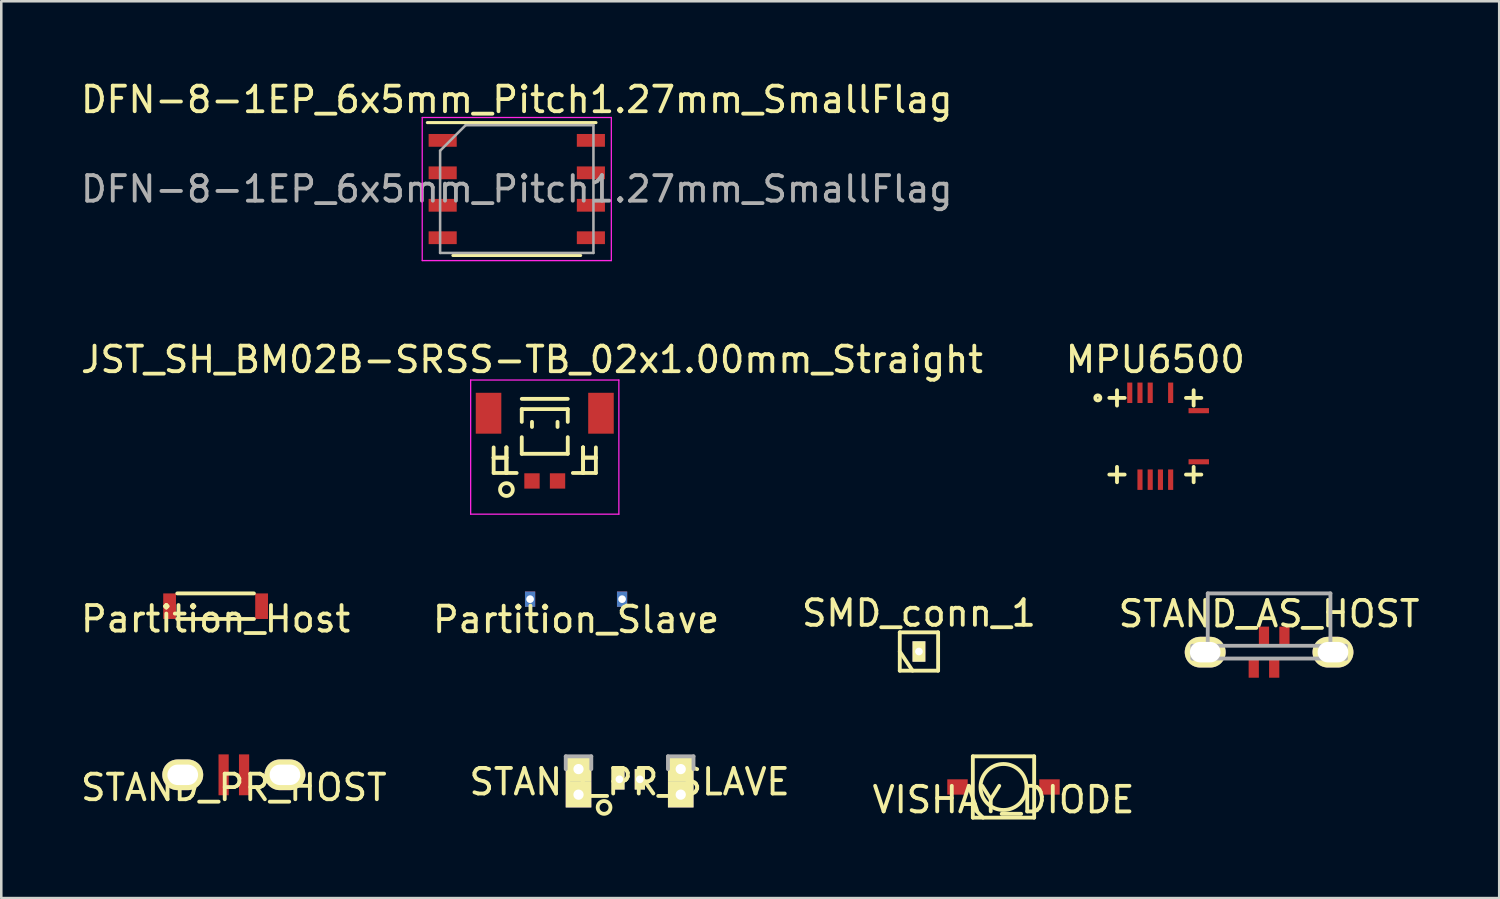
<source format=kicad_pcb>
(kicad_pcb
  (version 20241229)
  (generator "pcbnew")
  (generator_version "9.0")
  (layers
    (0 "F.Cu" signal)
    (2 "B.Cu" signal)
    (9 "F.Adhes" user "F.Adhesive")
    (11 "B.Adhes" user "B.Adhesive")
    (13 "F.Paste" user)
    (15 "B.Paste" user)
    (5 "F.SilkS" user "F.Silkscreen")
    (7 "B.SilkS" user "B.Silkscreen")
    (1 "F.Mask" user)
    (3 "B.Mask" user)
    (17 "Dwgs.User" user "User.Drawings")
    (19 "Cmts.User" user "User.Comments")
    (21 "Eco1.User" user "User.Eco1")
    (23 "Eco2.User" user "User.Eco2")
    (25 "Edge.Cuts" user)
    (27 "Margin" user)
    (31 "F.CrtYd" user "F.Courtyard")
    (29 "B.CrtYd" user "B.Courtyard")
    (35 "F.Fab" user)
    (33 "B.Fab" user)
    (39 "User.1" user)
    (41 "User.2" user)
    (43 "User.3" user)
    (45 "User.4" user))
  (footprint "MPU6500"
    (layer "F.Cu")
    (at 42.161 14.021)
    (property "Reference" "MPU6500" (at 0 -3 0) (layer "F.SilkS") (effects (font (size 1 1) (thickness 0.15))))
    (attr smd)
    (fp_line (start -1.5 -1.5) (end -1.8 -1.5) (stroke (width 0.15) (type solid)) (layer "F.SilkS"))
    (fp_line (start -1.5 -1.5) (end -1.5 -1.8) (stroke (width 0.15) (type solid)) (layer "F.SilkS"))
    (fp_line (start -1.5 -1.5) (end -1.5 -1.2) (stroke (width 0.15) (type solid)) (layer "F.SilkS"))
    (fp_line (start -1.5 1.2) (end -1.5 1.8) (stroke (width 0.15) (type solid)) (layer "F.SilkS"))
    (fp_line (start -1.2 -1.5) (end -1.5 -1.5) (stroke (width 0.15) (type solid)) (layer "F.SilkS"))
    (fp_line (start -1.2 1.5) (end -1.8 1.5) (stroke (width 0.15) (type solid)) (layer "F.SilkS"))
    (fp_line (start 1.2 -1.5) (end 1.8 -1.5) (stroke (width 0.15) (type solid)) (layer "F.SilkS"))
    (fp_line (start 1.2 1.5) (end 1.8 1.5) (stroke (width 0.15) (type solid)) (layer "F.SilkS"))
    (fp_line (start 1.5 -1.2) (end 1.5 -1.8) (stroke (width 0.15) (type solid)) (layer "F.SilkS"))
    (fp_line (start 1.5 1.2) (end 1.5 1.8) (stroke (width 0.15) (type solid)) (layer "F.SilkS"))
    (fp_circle (center -2.25 -1.5) (end -2.15 -1.5) (stroke (width 0.15) (type solid)) (fill no) (layer "F.SilkS"))
    (pad "8" smd rect (at -0.6 1.7) (size 0.2 0.8) (layers "F.Cu" "F.Mask" "F.Paste"))
    (pad "9" smd rect (at -0.2 1.7) (size 0.2 0.8) (layers "F.Cu" "F.Mask" "F.Paste"))
    (pad "10" smd rect (at 0.2 1.7) (size 0.2 0.8) (layers "F.Cu" "F.Mask" "F.Paste"))
    (pad "11" smd rect (at 0.6 1.7) (size 0.2 0.8) (layers "F.Cu" "F.Mask" "F.Paste"))
    (pad "13" smd rect (at 1.7 1) (size 0.8 0.2) (layers "F.Cu" "F.Mask" "F.Paste"))
    (pad "18" smd rect (at 1.7 -1) (size 0.8 0.2) (layers "F.Cu" "F.Mask" "F.Paste"))
    (pad "20" smd rect (at 0.6 -1.7) (size 0.2 0.8) (layers "F.Cu" "F.Mask" "F.Paste"))
    (pad "22" smd rect (at -0.2 -1.7) (size 0.2 0.8) (layers "F.Cu" "F.Mask" "F.Paste"))
    (pad "23" smd rect (at -0.6 -1.7) (size 0.2 0.8) (layers "F.Cu" "F.Mask" "F.Paste"))
    (pad "24" smd rect (at -1 -1.7) (size 0.2 0.8) (layers "F.Cu" "F.Mask" "F.Paste")))
  (footprint "SMD_conn_1"
    (layer "F.Cu")
    (at 32.911 22.445)
    (property "Reference" "SMD_conn_1" (at 0 -1.5 0) (layer "F.SilkS") (effects (font (size 1 1) (thickness 0.15))))
    (attr through_hole)
    (fp_line (start -0.75 -0.75) (end -0.75 0.75) (stroke (width 0.15) (type solid)) (layer "F.SilkS"))
    (fp_line (start -0.75 0) (end -0.25 0.75) (stroke (width 0.15) (type solid)) (layer "F.SilkS"))
    (fp_line (start -0.75 0.75) (end 0.75 0.75) (stroke (width 0.15) (type solid)) (layer "F.SilkS"))
    (fp_line (start 0.75 -0.75) (end -0.75 -0.75) (stroke (width 0.15) (type solid)) (layer "F.SilkS"))
    (fp_line (start 0.75 0.75) (end 0.75 -0.75) (stroke (width 0.15) (type solid)) (layer "F.SilkS"))
    (pad "1" thru_hole rect (at 0 0) (size 0.5 0.8) (drill 0.3) (layers "*.Cu" "*.Mask" "F.SilkS")))
  (footprint "Partition_Host"
    (layer "F.Cu")
    (at 5.387 20.672)
    (property "Reference" "Partition_Host" (at 0 0.5 0) (layer "F.SilkS") (effects (font (size 1 1) (thickness 0.15))))
    (attr through_hole)
    (fp_line (start -1.5 0.5) (end 1.5 0.5) (stroke (width 0.15) (type solid)) (layer "F.SilkS"))
    (fp_line (start 1.5 -0.5) (end -1.5 -0.5) (stroke (width 0.15) (type solid)) (layer "F.SilkS"))
    (pad "1" smd rect (at -1.8 0) (size 0.5 1) (layers "F.Cu" "F.Mask" "F.Paste"))
    (pad "2" smd rect (at 1.8 0) (size 0.5 1) (layers "F.Cu" "F.Mask" "F.Paste")))
  (footprint "VISHAY_DIODE"
    (layer "F.Cu")
    (at 36.22 27.747)
    (property "Reference" "VISHAY_DIODE" (at 0 0.5 0) (layer "F.SilkS") (effects (font (size 1 1) (thickness 0.15))))
    (attr through_hole)
    (fp_line (start -1.2 -1.2) (end -1.2 1.2) (stroke (width 0.15) (type solid)) (layer "F.SilkS"))
    (fp_line (start -1.2 1.2) (end 1.2 1.2) (stroke (width 0.15) (type solid)) (layer "F.SilkS"))
    (fp_line (start -0.8 1.2) (end -1.2 0.8) (stroke (width 0.15) (type solid)) (layer "F.SilkS"))
    (fp_line (start 1.2 -1.2) (end -1.2 -1.2) (stroke (width 0.15) (type solid)) (layer "F.SilkS"))
    (fp_line (start 1.2 1.2) (end 1.2 -1.2) (stroke (width 0.15) (type solid)) (layer "F.SilkS"))
    (fp_circle (center 0 0) (end 0.9 0) (stroke (width 0.15) (type solid)) (fill no) (layer "F.SilkS"))
    (pad "1" smd rect (at -1.8 0) (size 0.8 0.6) (layers "F.Cu" "F.Mask" "F.Paste"))
    (pad "2" smd rect (at 1.8 0) (size 0.8 0.6) (layers "F.Cu" "F.Mask" "F.Paste")))
  (footprint "STAND_AS_HOST"
    (layer "F.Cu")
    (at 46.613 22.471)
    (property "Reference" "STAND_AS_HOST" (at 0 -1.5 0) (layer "F.SilkS") (effects (font (size 1 1) (thickness 0.15))))
    (attr through_hole)
    (fp_line (start -3 -0.25) (end -3 0.25) (stroke (width 0.15) (type solid)) (layer "F.Fab"))
    (fp_line (start -3 0.25) (end 3 0.25) (stroke (width 0.15) (type solid)) (layer "F.Fab"))
    (fp_line (start -2.4 -0.3) (end -2.4 -2.3) (stroke (width 0.15) (type solid)) (layer "F.Fab"))
    (fp_line (start 2.4 -2.3) (end -2.4 -2.3) (stroke (width 0.15) (type solid)) (layer "F.Fab"))
    (fp_line (start 2.4 -0.3) (end 2.4 -2.3) (stroke (width 0.15) (type solid)) (layer "F.Fab"))
    (fp_line (start 3 -0.25) (end -3 -0.25) (stroke (width 0.15) (type solid)) (layer "F.Fab"))
    (fp_line (start 3 0.25) (end 3 -0.25) (stroke (width 0.15) (type solid)) (layer "F.Fab"))
    (pad "1" thru_hole oval (at -2.5 0) (size 1.6 1.2) (drill oval 1.2 0.8) (layers "*.Cu" "*.Mask" "F.SilkS"))
    (pad "2" smd rect (at -0.6 0.6) (size 0.4 0.8) (layers "F.Cu" "F.Mask" "F.Paste"))
    (pad "3" smd rect (at -0.2 -0.6) (size 0.4 0.8) (layers "F.Cu" "F.Mask" "F.Paste"))
    (pad "4" smd rect (at 0.2 0.6) (size 0.4 0.8) (layers "F.Cu" "F.Mask" "F.Paste"))
    (pad "5" smd rect (at 0.6 -0.6) (size 0.4 0.8) (layers "F.Cu" "F.Mask" "F.Paste"))
    (pad "6" thru_hole oval (at 2.5 0) (size 1.6 1.2) (drill oval 1.2 0.8) (layers "*.Cu" "*.Mask" "F.SilkS")))
  (footprint "JST_SH_BM02B-SRSS-TB_02x1.00mm_Straight"
    (layer "F.Cu")
    (at 18.268 14.521)
    (property "Reference" "JST_SH_BM02B-SRSS-TB_02x1.00mm_Straight" (at -0.5 -3.5 0) (layer "F.SilkS") (effects (font (size 1 1) (thickness 0.15))))
    (attr smd)
    (fp_line (start -2 -0.062) (end -2 0.938) (stroke (width 0.15) (type solid)) (layer "F.SilkS"))
    (fp_line (start -2 0.338) (end -2 0.338) (stroke (width 0.15) (type solid)) (layer "F.SilkS"))
    (fp_line (start -2 0.338) (end -1.5 0.338) (stroke (width 0.15) (type solid)) (layer "F.SilkS"))
    (fp_line (start -2 0.938) (end -1.1 0.938) (stroke (width 0.15) (type solid)) (layer "F.SilkS"))
    (fp_line (start -1.5 -0.062) (end -1.5 -0.062) (stroke (width 0.15) (type solid)) (layer "F.SilkS"))
    (fp_line (start -1.5 -0.062) (end -1.5 0.938) (stroke (width 0.15) (type solid)) (layer "F.SilkS"))
    (fp_line (start -1.5 0.338) (end -2 0.338) (stroke (width 0.15) (type solid)) (layer "F.SilkS"))
    (fp_line (start -1.5 0.338) (end -1.5 0.338) (stroke (width 0.15) (type solid)) (layer "F.SilkS"))
    (fp_line (start -1.5 0.938) (end -1.5 -0.062) (stroke (width 0.15) (type solid)) (layer "F.SilkS"))
    (fp_line (start -1.5 0.938) (end -1.5 0.938) (stroke (width 0.15) (type solid)) (layer "F.SilkS"))
    (fp_line (start -0.9 -1.962) (end 0.9 -1.962) (stroke (width 0.15) (type solid)) (layer "F.SilkS"))
    (fp_line (start -0.9 -1.562) (end 0.9 -1.562) (stroke (width 0.15) (type solid)) (layer "F.SilkS"))
    (fp_line (start -0.9 -1.062) (end -0.9 -1.562) (stroke (width 0.15) (type solid)) (layer "F.SilkS"))
    (fp_line (start -0.9 -0.463) (end -0.9 0.188) (stroke (width 0.15) (type solid)) (layer "F.SilkS"))
    (fp_line (start -0.9 0.188) (end 0.9 0.188) (stroke (width 0.15) (type solid)) (layer "F.SilkS"))
    (fp_line (start -0.5 -1.062) (end -0.5 -0.863) (stroke (width 0.15) (type solid)) (layer "F.SilkS"))
    (fp_line (start 0.5 -1.062) (end 0.5 -0.863) (stroke (width 0.15) (type solid)) (layer "F.SilkS"))
    (fp_line (start 0.9 -1.562) (end 0.9 -1.062) (stroke (width 0.15) (type solid)) (layer "F.SilkS"))
    (fp_line (start 0.9 0.188) (end 0.9 -0.463) (stroke (width 0.15) (type solid)) (layer "F.SilkS"))
    (fp_line (start 1.5 -0.062) (end 1.5 -0.062) (stroke (width 0.15) (type solid)) (layer "F.SilkS"))
    (fp_line (start 1.5 -0.062) (end 1.5 0.938) (stroke (width 0.15) (type solid)) (layer "F.SilkS"))
    (fp_line (start 1.5 0.338) (end 1.5 0.338) (stroke (width 0.15) (type solid)) (layer "F.SilkS"))
    (fp_line (start 1.5 0.338) (end 2 0.338) (stroke (width 0.15) (type solid)) (layer "F.SilkS"))
    (fp_line (start 1.5 0.938) (end 1.5 -0.062) (stroke (width 0.15) (type solid)) (layer "F.SilkS"))
    (fp_line (start 1.5 0.938) (end 1.5 0.938) (stroke (width 0.15) (type solid)) (layer "F.SilkS"))
    (fp_line (start 2 -0.062) (end 2 0.938) (stroke (width 0.15) (type solid)) (layer "F.SilkS"))
    (fp_line (start 2 0.338) (end 1.5 0.338) (stroke (width 0.15) (type solid)) (layer "F.SilkS"))
    (fp_line (start 2 0.338) (end 2 0.338) (stroke (width 0.15) (type solid)) (layer "F.SilkS"))
    (fp_line (start 2 0.938) (end 1.1 0.938) (stroke (width 0.15) (type solid)) (layer "F.SilkS"))
    (fp_circle (center -1.5 1.587) (end -1.25 1.587) (stroke (width 0.15) (type solid)) (fill no) (layer "F.SilkS"))
    (fp_line (start -2.9 -2.7) (end 2.9 -2.7) (stroke (width 0.05) (type solid)) (layer "F.CrtYd"))
    (fp_line (start -2.9 2.55) (end -2.9 -2.7) (stroke (width 0.05) (type solid)) (layer "F.CrtYd"))
    (fp_line (start 2.9 -2.7) (end 2.9 2.55) (stroke (width 0.05) (type solid)) (layer "F.CrtYd"))
    (fp_line (start 2.9 2.55) (end -2.9 2.55) (stroke (width 0.05) (type solid)) (layer "F.CrtYd"))
    (pad "" smd rect (at -2.2 -1.4) (size 1 1.6) (layers "F.Cu" "F.Mask" "F.Paste"))
    (pad "" smd rect (at 2.2 -1.4) (size 1 1.6) (layers "F.Cu" "F.Mask" "F.Paste"))
    (pad "1" smd rect (at -0.5 1.25) (size 0.6 0.6) (layers "F.Cu" "F.Mask" "F.Paste"))
    (pad "2" smd rect (at 0.5 1.25) (size 0.6 0.6) (layers "F.Cu" "F.Mask" "F.Paste")))
  (footprint "STAND_PR_SLAVE"
    (layer "F.Cu")
    (at 21.589 27.047)
    (property "Reference" "STAND_PR_SLAVE" (at 0 0.5 0) (layer "F.SilkS") (effects (font (size 1 1) (thickness 0.15))))
    (attr through_hole)
    (fp_circle (center -1 1.5) (end -0.75 1.5) (stroke (width 0.15) (type solid)) (fill no) (layer "F.SilkS"))
    (fp_line (start -2.5 -0.5) (end -1.5 -0.5) (stroke (width 0.15) (type solid)) (layer "F.Fab"))
    (fp_line (start -2.5 0) (end -2.5 -0.5) (stroke (width 0.15) (type solid)) (layer "F.Fab"))
    (fp_line (start -1.5 -0.5) (end -1.5 0) (stroke (width 0.15) (type solid)) (layer "F.Fab"))
    (fp_line (start 1.5 -0.5) (end 2.5 -0.5) (stroke (width 0.15) (type solid)) (layer "F.Fab"))
    (fp_line (start 1.5 0) (end 1.5 -0.5) (stroke (width 0.15) (type solid)) (layer "F.Fab"))
    (fp_line (start 2.5 -0.5) (end 2.5 0) (stroke (width 0.15) (type solid)) (layer "F.Fab"))
    (pad "1" thru_hole rect (at -2 0) (size 1 1) (drill 0.4) (layers "*.Cu" "*.Mask" "F.SilkS"))
    (pad "1" thru_hole rect (at -2 1) (size 1 1) (drill 0.4) (layers "*.Cu" "*.Mask" "F.SilkS"))
    (pad "2" thru_hole rect (at -0.4 0.4) (size 0.4 0.8) (drill 0.3) (layers "*.Cu" "*.Mask" "F.SilkS"))
    (pad "3" thru_hole rect (at 0.4 0.4) (size 0.4 0.8) (drill 0.3) (layers "*.Cu" "*.Mask" "F.SilkS"))
    (pad "4" thru_hole rect (at 2 0) (size 1 1) (drill 0.4) (layers "*.Cu" "*.Mask" "F.SilkS"))
    (pad "4" thru_hole rect (at 2 1) (size 1 1) (drill 0.4) (layers "*.Cu" "*.Mask" "F.SilkS")))
  (footprint "STAND_PR_HOST"
    (layer "F.Cu")
    (at 6.101 27.271)
    (property "Reference" "STAND_PR_HOST" (at 0 0.5 0) (layer "F.SilkS") (effects (font (size 1 1) (thickness 0.15))))
    (attr through_hole)
    (pad "1" thru_hole oval (at -2 0) (size 1.6 1.2) (drill oval 1.2 0.8) (layers "*.Cu" "*.Mask" "F.SilkS"))
    (pad "2" smd rect (at -0.4 0) (size 0.4 1.6) (layers "F.Cu" "F.Mask" "F.Paste"))
    (pad "3" smd rect (at 0.4 0) (size 0.4 1.6) (layers "F.Cu" "F.Mask" "F.Paste"))
    (pad "4" thru_hole oval (at 2 0) (size 1.6 1.2) (drill oval 1.2 0.8) (layers "*.Cu" "*.Mask" "F.SilkS")))
  (footprint "DFN-8-1EP_6x5mm_Pitch1.27mm_SmallFlag"
    (layer "F.Cu")
    (at 17.173 4.348)
    (property "Reference" "DFN-8-1EP_6x5mm_Pitch1.27mm_SmallFlag" (at 0 -3.5 0) (layer "F.SilkS") (effects (font (size 1 1) (thickness 0.15))))
    (attr smd)
    (fp_line (start -3.5 -2.6) (end 3.1 -2.6) (stroke (width 0.12) (type solid)) (layer "F.SilkS"))
    (fp_line (start -2.5 2.6) (end 2.5 2.6) (stroke (width 0.12) (type solid)) (layer "F.SilkS"))
    (fp_line (start -3.7 -2.8) (end 3.7 -2.8) (stroke (width 0.05) (type solid)) (layer "F.CrtYd"))
    (fp_line (start -3.7 2.8) (end -3.7 -2.8) (stroke (width 0.05) (type solid)) (layer "F.CrtYd"))
    (fp_line (start 3.7 -2.8) (end 3.7 2.8) (stroke (width 0.05) (type solid)) (layer "F.CrtYd"))
    (fp_line (start 3.7 2.8) (end -3.7 2.8) (stroke (width 0.05) (type solid)) (layer "F.CrtYd"))
    (fp_line (start -3 2.5) (end -3 -1.5) (stroke (width 0.1) (type solid)) (layer "F.Fab"))
    (fp_line (start -2 -2.5) (end -3 -1.5) (stroke (width 0.1) (type solid)) (layer "F.Fab"))
    (fp_line (start -2 -2.5) (end 3 -2.5) (stroke (width 0.1) (type solid)) (layer "F.Fab"))
    (fp_line (start 3 -2.5) (end 3 2.5) (stroke (width 0.1) (type solid)) (layer "F.Fab"))
    (fp_line (start 3 2.5) (end -3 2.5) (stroke (width 0.1) (type solid)) (layer "F.Fab"))
    (fp_text user "${REFERENCE}" (at 0 0 0) (layer "F.Fab") (effects (font (size 1 1) (thickness 0.15))))
    (pad "1" smd rect (at -2.9 -1.905 270) (size 0.5 1.1) (layers "F.Cu" "F.Mask" "F.Paste"))
    (pad "2" smd rect (at -2.9 -0.635 270) (size 0.5 1.1) (layers "F.Cu" "F.Mask" "F.Paste"))
    (pad "3" smd rect (at -2.9 0.635 270) (size 0.5 1.1) (layers "F.Cu" "F.Mask" "F.Paste"))
    (pad "4" smd rect (at -2.9 1.905 270) (size 0.5 1.1) (layers "F.Cu" "F.Mask" "F.Paste"))
    (pad "5" smd rect (at 2.9 1.905 270) (size 0.5 1.1) (layers "F.Cu" "F.Mask" "F.Paste"))
    (pad "6" smd rect (at 2.9 0.635 270) (size 0.5 1.1) (layers "F.Cu" "F.Mask" "F.Paste"))
    (pad "7" smd rect (at 2.9 -0.635 270) (size 0.5 1.1) (layers "F.Cu" "F.Mask" "F.Paste"))
    (pad "8" smd rect (at 2.9 -1.905 270) (size 0.5 1.1) (layers "F.Cu" "F.Mask" "F.Paste")))
  (footprint "Partition_Slave"
    (layer "F.Cu")
    (at 19.494 20.697)
    (property "Reference" "Partition_Slave" (at 0 0.5 0) (layer "F.SilkS") (effects (font (size 1 1) (thickness 0.15))))
    (attr through_hole)
    (pad "1" thru_hole rect (at -1.8 -0.3) (size 0.4 0.6) (drill 0.3) (layers "*.Cu" "*.Mask"))
    (pad "2" thru_hole rect (at 1.8 -0.3) (size 0.4 0.6) (drill 0.3) (layers "*.Cu" "*.Mask")))
  (gr_rect
    (start -3 -3)
    (end 55.619 32.095)
    (stroke (width 0.1) (type default))
    (fill no)
    (layer "Edge.Cuts")))
</source>
